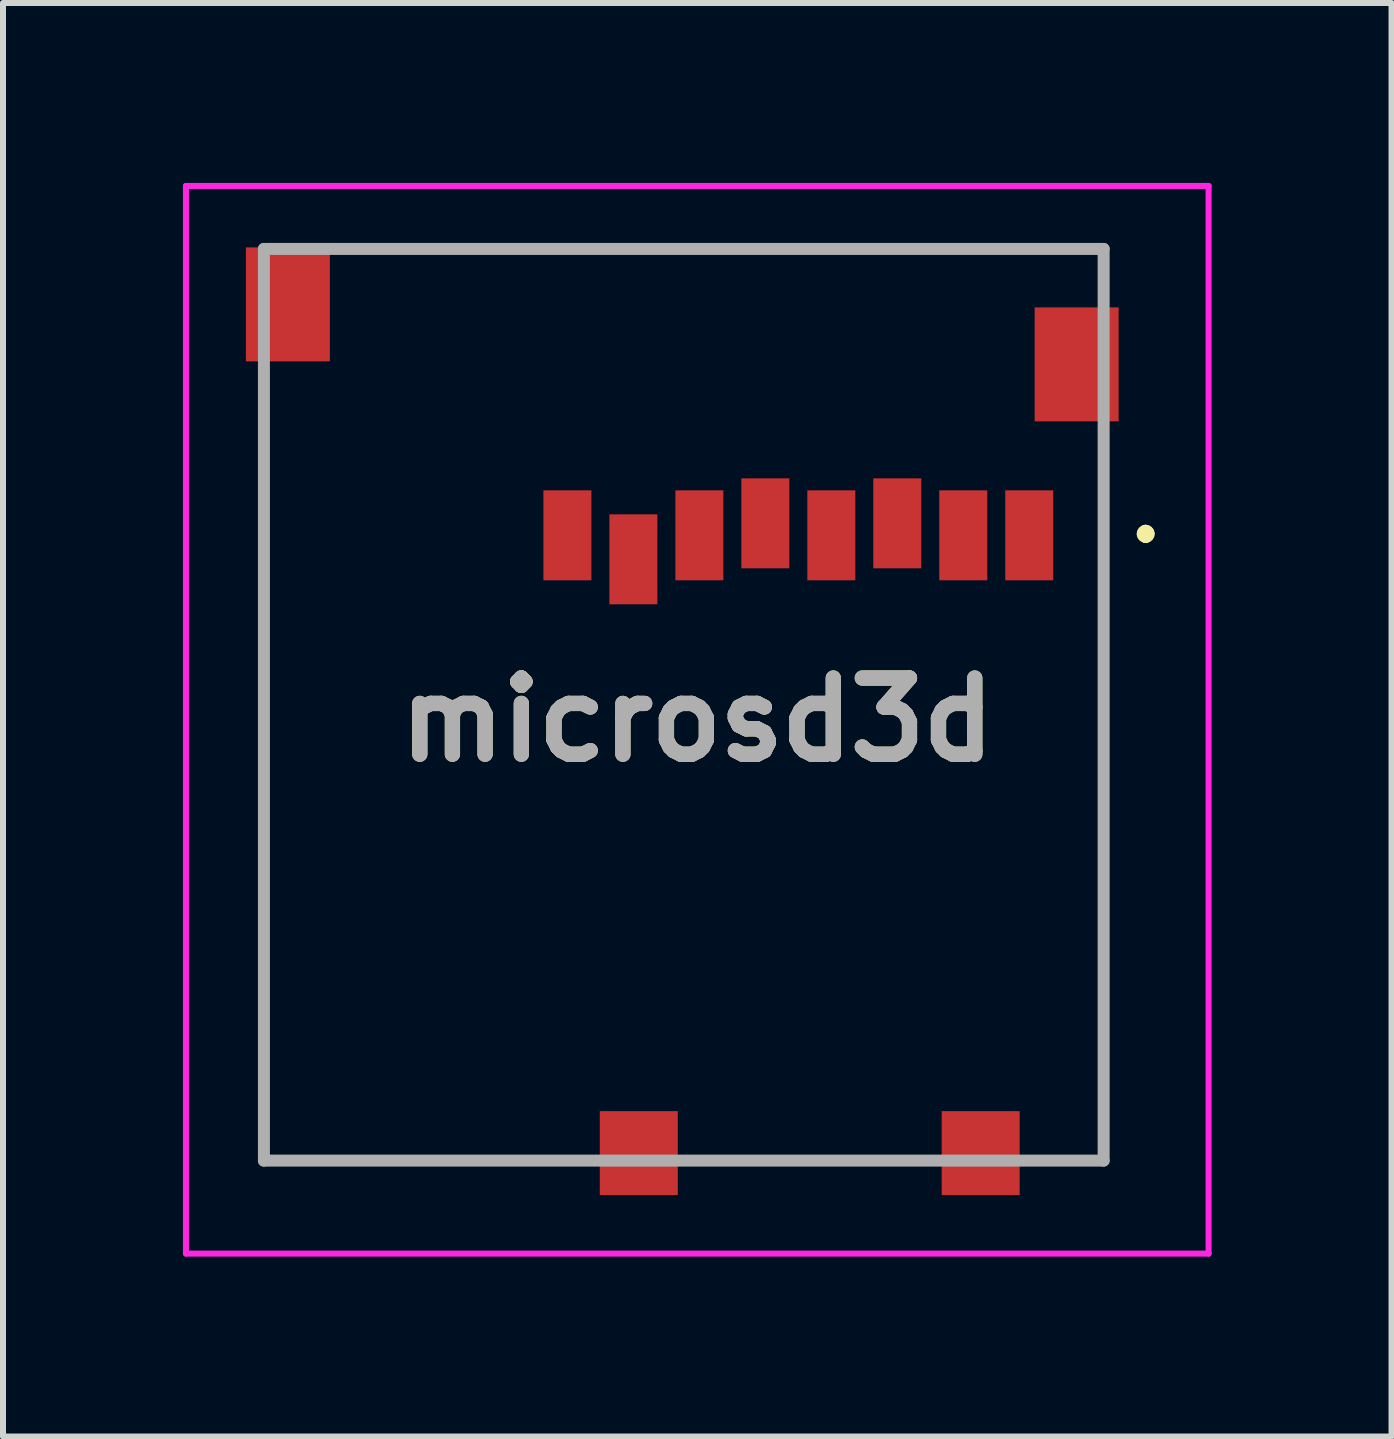
<source format=kicad_pcb>
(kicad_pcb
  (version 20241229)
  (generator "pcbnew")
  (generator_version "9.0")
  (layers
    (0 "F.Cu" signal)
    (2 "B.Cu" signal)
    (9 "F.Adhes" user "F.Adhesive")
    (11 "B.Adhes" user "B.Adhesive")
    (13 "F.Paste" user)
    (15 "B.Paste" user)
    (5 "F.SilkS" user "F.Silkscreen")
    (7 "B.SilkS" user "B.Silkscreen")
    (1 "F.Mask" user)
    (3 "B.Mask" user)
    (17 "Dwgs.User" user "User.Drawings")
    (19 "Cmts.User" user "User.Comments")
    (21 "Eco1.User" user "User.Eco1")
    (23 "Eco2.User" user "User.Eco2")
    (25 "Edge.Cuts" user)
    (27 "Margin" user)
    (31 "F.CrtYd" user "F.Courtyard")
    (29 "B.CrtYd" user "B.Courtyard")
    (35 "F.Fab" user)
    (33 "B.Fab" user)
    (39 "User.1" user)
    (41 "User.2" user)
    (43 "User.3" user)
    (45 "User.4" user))
  (footprint "microsd3d"
    (layer "F.Cu")
    (at 14.11 1.075)
    (property "Reference" "microsd3d" (at -5.535 7.875 0) (layer "F.SilkS") (effects (font (size 1.27 1.27) (thickness 0.254))))
    (attr smd)
    (fp_line (start -12.76 2.625) (end -12.76 2.625) (stroke (width 0.1) (type solid)) (layer "F.SilkS"))
    (fp_line (start -12.76 2.625) (end -12.76 15.225) (stroke (width 0.1) (type solid)) (layer "F.SilkS"))
    (fp_line (start -12.76 15.225) (end -12.76 2.625) (stroke (width 0.1) (type solid)) (layer "F.SilkS"))
    (fp_line (start -12.76 15.225) (end -12.76 15.225) (stroke (width 0.1) (type solid)) (layer "F.SilkS"))
    (fp_line (start -12.76 15.225) (end -12.76 15.225) (stroke (width 0.1) (type solid)) (layer "F.SilkS"))
    (fp_line (start -12.76 15.225) (end -7.86 15.225) (stroke (width 0.1) (type solid)) (layer "F.SilkS"))
    (fp_line (start -11.11 0.025) (end -11.11 0.025) (stroke (width 0.1) (type solid)) (layer "F.SilkS"))
    (fp_line (start -11.11 0.025) (end 1.24 0.025) (stroke (width 0.1) (type solid)) (layer "F.SilkS"))
    (fp_line (start -7.86 15.225) (end -12.76 15.225) (stroke (width 0.1) (type solid)) (layer "F.SilkS"))
    (fp_line (start -7.86 15.225) (end -7.86 15.225) (stroke (width 0.1) (type solid)) (layer "F.SilkS"))
    (fp_line (start -5.11 15.225) (end -5.11 15.225) (stroke (width 0.1) (type solid)) (layer "F.SilkS"))
    (fp_line (start -5.11 15.225) (end -2.2 15.225) (stroke (width 0.1) (type solid)) (layer "F.SilkS"))
    (fp_line (start -2.2 15.225) (end -5.11 15.225) (stroke (width 0.1) (type solid)) (layer "F.SilkS"))
    (fp_line (start -2.2 15.225) (end -2.2 15.225) (stroke (width 0.1) (type solid)) (layer "F.SilkS"))
    (fp_line (start 0.64 15.225) (end 0.64 15.225) (stroke (width 0.1) (type solid)) (layer "F.SilkS"))
    (fp_line (start 0.64 15.225) (end 1.24 15.225) (stroke (width 0.1) (type solid)) (layer "F.SilkS"))
    (fp_line (start 1.24 0.025) (end -11.11 0.025) (stroke (width 0.1) (type solid)) (layer "F.SilkS"))
    (fp_line (start 1.24 0.025) (end 1.24 0.025) (stroke (width 0.1) (type solid)) (layer "F.SilkS"))
    (fp_line (start 1.24 3.625) (end 1.24 3.625) (stroke (width 0.1) (type solid)) (layer "F.SilkS"))
    (fp_line (start 1.24 3.625) (end 1.24 15.225) (stroke (width 0.1) (type solid)) (layer "F.SilkS"))
    (fp_line (start 1.24 15.225) (end 0.64 15.225) (stroke (width 0.1) (type solid)) (layer "F.SilkS"))
    (fp_line (start 1.24 15.225) (end 1.24 3.625) (stroke (width 0.1) (type solid)) (layer "F.SilkS"))
    (fp_line (start 1.24 15.225) (end 1.24 15.225) (stroke (width 0.1) (type solid)) (layer "F.SilkS"))
    (fp_line (start 1.24 15.225) (end 1.24 15.225) (stroke (width 0.1) (type solid)) (layer "F.SilkS"))
    (fp_line (start 1.94 4.725) (end 1.94 4.725) (stroke (width 0.2) (type solid)) (layer "F.SilkS"))
    (fp_line (start 1.94 4.825) (end 1.94 4.825) (stroke (width 0.2) (type solid)) (layer "F.SilkS"))
    (fp_line (start 1.94 4.825) (end 1.94 4.825) (stroke (width 0.2) (type solid)) (layer "F.SilkS"))
    (fp_arc (start 1.94 4.725) (mid 1.99 4.775) (end 1.94 4.825) (stroke (width 0.2) (type solid)) (layer "F.SilkS"))
    (fp_arc (start 1.94 4.725) (mid 1.99 4.775) (end 1.94 4.825) (stroke (width 0.2) (type solid)) (layer "F.SilkS"))
    (fp_arc (start 1.94 4.825) (mid 1.89 4.775) (end 1.94 4.725) (stroke (width 0.2) (type solid)) (layer "F.SilkS"))
    (fp_line (start -14.06 -1.025) (end 2.99 -1.025) (stroke (width 0.1) (type solid)) (layer "F.CrtYd"))
    (fp_line (start -14.06 16.775) (end -14.06 -1.025) (stroke (width 0.1) (type solid)) (layer "F.CrtYd"))
    (fp_line (start 2.99 -1.025) (end 2.99 16.775) (stroke (width 0.1) (type solid)) (layer "F.CrtYd"))
    (fp_line (start 2.99 16.775) (end -14.06 16.775) (stroke (width 0.1) (type solid)) (layer "F.CrtYd"))
    (fp_line (start -12.76 0.025) (end -12.76 15.225) (stroke (width 0.2) (type solid)) (layer "F.Fab"))
    (fp_line (start -12.76 15.225) (end 1.24 15.225) (stroke (width 0.2) (type solid)) (layer "F.Fab"))
    (fp_line (start 1.24 0.025) (end -12.76 0.025) (stroke (width 0.2) (type solid)) (layer "F.Fab"))
    (fp_line (start 1.24 15.225) (end 1.24 0.025) (stroke (width 0.2) (type solid)) (layer "F.Fab"))
    (fp_text user "${REFERENCE}" (at -5.535 7.875 0) (layer "F.Fab") (effects (font (size 1.27 1.27) (thickness 0.254))))
    (pad "1" smd rect (at 0 4.8) (size 0.8 1.5) (layers "F.Cu" "F.Mask" "F.Paste"))
    (pad "2" smd rect (at -1.1 4.8) (size 0.8 1.5) (layers "F.Cu" "F.Mask" "F.Paste"))
    (pad "3" smd rect (at -2.2 4.6) (size 0.8 1.5) (layers "F.Cu" "F.Mask" "F.Paste"))
    (pad "4" smd rect (at -3.3 4.8) (size 0.8 1.5) (layers "F.Cu" "F.Mask" "F.Paste"))
    (pad "5" smd rect (at -4.4 4.6) (size 0.8 1.5) (layers "F.Cu" "F.Mask" "F.Paste"))
    (pad "6" smd rect (at -5.5 4.8) (size 0.8 1.5) (layers "F.Cu" "F.Mask" "F.Paste"))
    (pad "7" smd rect (at -6.6 5.2) (size 0.8 1.5) (layers "F.Cu" "F.Mask" "F.Paste"))
    (pad "8" smd rect (at -7.7 4.8) (size 0.8 1.5) (layers "F.Cu" "F.Mask" "F.Paste"))
    (pad "MP1" smd rect (at -0.81 15.1) (size 1.3 1.4) (layers "F.Cu" "F.Mask" "F.Paste"))
    (pad "MP2" smd rect (at -6.51 15.1) (size 1.3 1.4) (layers "F.Cu" "F.Mask" "F.Paste"))
    (pad "MP3" smd rect (at 0.79 1.95) (size 1.4 1.9) (layers "F.Cu" "F.Mask" "F.Paste"))
    (pad "MP4" smd rect (at -12.36 0.95) (size 1.4 1.9) (layers "F.Cu" "F.Mask" "F.Paste")))
  (gr_rect
    (start -3 -3)
    (end 20.15 20.9)
    (stroke (width 0.1) (type default))
    (fill no)
    (layer "Edge.Cuts")))
</source>
